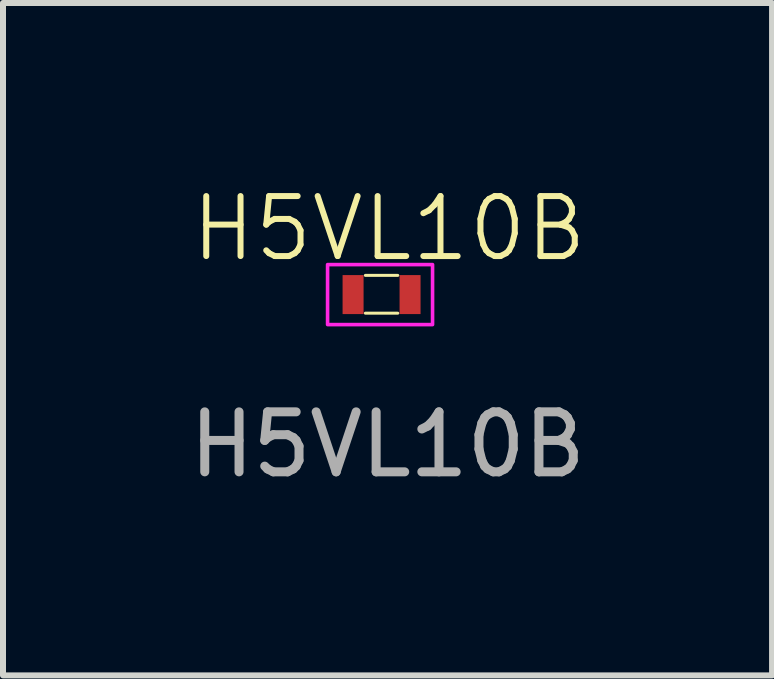
<source format=kicad_pcb>
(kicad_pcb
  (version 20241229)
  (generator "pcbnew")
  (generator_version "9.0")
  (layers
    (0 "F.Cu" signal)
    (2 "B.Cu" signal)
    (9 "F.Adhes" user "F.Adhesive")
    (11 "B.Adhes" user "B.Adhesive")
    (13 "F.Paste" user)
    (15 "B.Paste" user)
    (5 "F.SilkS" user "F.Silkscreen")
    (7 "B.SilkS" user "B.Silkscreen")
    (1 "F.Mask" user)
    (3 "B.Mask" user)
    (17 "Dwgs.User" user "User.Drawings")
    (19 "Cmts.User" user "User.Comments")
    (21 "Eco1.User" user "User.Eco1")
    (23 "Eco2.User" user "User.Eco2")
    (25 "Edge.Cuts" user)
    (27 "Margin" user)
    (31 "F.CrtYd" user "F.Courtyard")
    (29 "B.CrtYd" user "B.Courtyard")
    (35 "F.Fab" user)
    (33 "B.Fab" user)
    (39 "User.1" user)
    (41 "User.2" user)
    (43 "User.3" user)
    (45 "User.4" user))
  (footprint "H5VL10B"
    (layer "F.Cu")
    (at 3.411 1.861)
    (property "Reference" "H5VL10B" (at 0.025 -1.1 0) (unlocked yes) (layer "F.SilkS") (effects (font (size 1 1) (thickness 0.1))))
    (attr smd)
    (fp_line (start 0.17 -0.32) (end -0.37 -0.32) (stroke (width 0.05) (type solid)) (layer "F.SilkS"))
    (fp_line (start 0.17 0.31) (end -0.37 0.31) (stroke (width 0.05) (type solid)) (layer "F.SilkS"))
    (fp_rect (start -1 -0.5) (end 0.75 0.5) (stroke (width 0.06) (type solid)) (fill no) (layer "F.CrtYd"))
    (fp_text user "${REFERENCE}" (at 0 2.5 0) (unlocked yes) (layer "F.Fab") (effects (font (size 1 1) (thickness 0.15))))
    (pad "1" smd rect (at -0.575 0) (size 0.35 0.65) (layers "F.Cu" "F.Mask" "F.Paste"))
    (pad "2" smd rect (at 0.375 0) (size 0.35 0.65) (layers "F.Cu" "F.Mask" "F.Paste")))
  (gr_rect
    (start -3 -3)
    (end 9.821 8.209)
    (stroke (width 0.1) (type default))
    (fill no)
    (layer "Edge.Cuts")))
</source>
